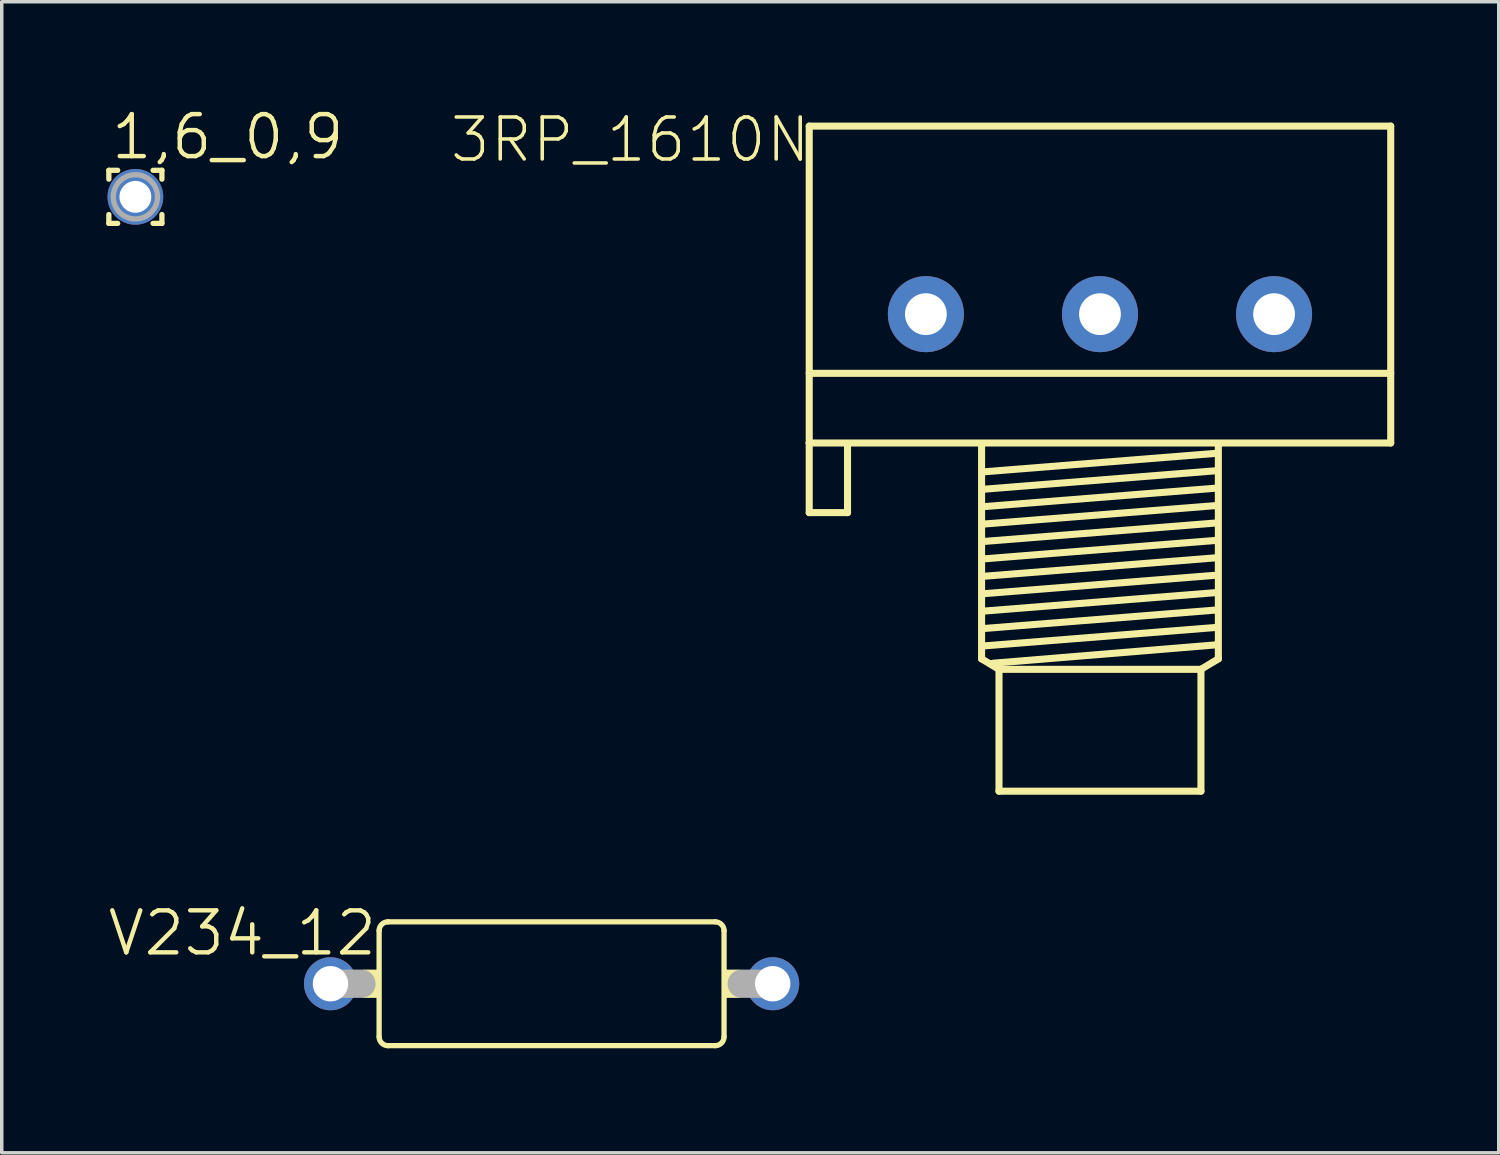
<source format=kicad_pcb>
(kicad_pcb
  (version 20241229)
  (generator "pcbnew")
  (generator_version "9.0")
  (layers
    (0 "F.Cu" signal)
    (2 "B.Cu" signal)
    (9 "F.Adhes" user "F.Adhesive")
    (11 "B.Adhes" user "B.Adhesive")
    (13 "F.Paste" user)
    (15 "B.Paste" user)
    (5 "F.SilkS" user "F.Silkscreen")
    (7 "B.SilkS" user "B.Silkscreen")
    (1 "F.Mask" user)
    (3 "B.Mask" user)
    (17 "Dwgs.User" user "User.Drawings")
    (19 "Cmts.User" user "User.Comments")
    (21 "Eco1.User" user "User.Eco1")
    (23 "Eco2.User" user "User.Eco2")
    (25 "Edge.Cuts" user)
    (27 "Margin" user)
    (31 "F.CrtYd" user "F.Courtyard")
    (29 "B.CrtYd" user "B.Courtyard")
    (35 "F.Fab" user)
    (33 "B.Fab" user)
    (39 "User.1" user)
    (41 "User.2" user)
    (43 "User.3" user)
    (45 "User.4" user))
  (footprint "3RP_1610N"
    (layer "F.Cu")
    (at 28.54 5.972)
    (property "Reference" "3RP_1610N" (at -8.255 -5.715 0) (layer "F.SilkS") (effects (font (size 1.206 1.206) (thickness 0.102)) (justify right top)))
    (attr through_hole)
    (fp_line (start -8.35 -5.4) (end 8.35 -5.4) (stroke (width 0.203) (type solid)) (layer "F.SilkS"))
    (fp_line (start -8.35 1.7) (end 8.35 1.7) (stroke (width 0.203) (type solid)) (layer "F.SilkS"))
    (fp_line (start -8.35 3.7) (end -8.35 -5.4) (stroke (width 0.203) (type solid)) (layer "F.SilkS"))
    (fp_line (start -8.35 3.7) (end -8.35 5.7) (stroke (width 0.203) (type solid)) (layer "F.SilkS"))
    (fp_line (start -8.35 3.7) (end 8.35 3.7) (stroke (width 0.203) (type solid)) (layer "F.SilkS"))
    (fp_line (start -8.35 5.7) (end -7.25 5.7) (stroke (width 0.203) (type solid)) (layer "F.SilkS"))
    (fp_line (start -7.25 5.7) (end -7.25 3.8) (stroke (width 0.203) (type solid)) (layer "F.SilkS"))
    (fp_line (start -3.4 3.8) (end -3.4 9.9) (stroke (width 0.203) (type solid)) (layer "F.SilkS"))
    (fp_line (start -3.4 9.9) (end -2.9 10.2) (stroke (width 0.203) (type solid)) (layer "F.SilkS"))
    (fp_line (start -3.3 4.525) (end 3.3 4) (stroke (width 0.203) (type solid)) (layer "F.SilkS"))
    (fp_line (start -3.3 5.025) (end 3.3 4.5) (stroke (width 0.203) (type solid)) (layer "F.SilkS"))
    (fp_line (start -3.3 5.525) (end 3.3 5) (stroke (width 0.203) (type solid)) (layer "F.SilkS"))
    (fp_line (start -3.3 6.025) (end 3.3 5.5) (stroke (width 0.203) (type solid)) (layer "F.SilkS"))
    (fp_line (start -3.3 6.525) (end 3.3 6) (stroke (width 0.203) (type solid)) (layer "F.SilkS"))
    (fp_line (start -3.3 7.025) (end 3.3 6.5) (stroke (width 0.203) (type solid)) (layer "F.SilkS"))
    (fp_line (start -3.3 7.525) (end 3.3 7) (stroke (width 0.203) (type solid)) (layer "F.SilkS"))
    (fp_line (start -3.3 8.025) (end 3.3 7.5) (stroke (width 0.203) (type solid)) (layer "F.SilkS"))
    (fp_line (start -3.3 8.525) (end 3.3 8) (stroke (width 0.203) (type solid)) (layer "F.SilkS"))
    (fp_line (start -3.3 9.025) (end 3.3 8.5) (stroke (width 0.203) (type solid)) (layer "F.SilkS"))
    (fp_line (start -3.3 9.525) (end 3.3 9) (stroke (width 0.203) (type solid)) (layer "F.SilkS"))
    (fp_line (start -3.075 10.025) (end 3.3 9.5) (stroke (width 0.203) (type solid)) (layer "F.SilkS"))
    (fp_line (start -2.9 10.2) (end -2.9 13.7) (stroke (width 0.203) (type solid)) (layer "F.SilkS"))
    (fp_line (start -2.9 10.2) (end 2.9 10.2) (stroke (width 0.203) (type solid)) (layer "F.SilkS"))
    (fp_line (start -2.9 13.7) (end 2.9 13.7) (stroke (width 0.203) (type solid)) (layer "F.SilkS"))
    (fp_line (start 2.9 10.2) (end 3.4 9.9) (stroke (width 0.203) (type solid)) (layer "F.SilkS"))
    (fp_line (start 2.9 13.7) (end 2.9 10.2) (stroke (width 0.203) (type solid)) (layer "F.SilkS"))
    (fp_line (start 3.4 9.9) (end 3.4 3.8) (stroke (width 0.203) (type solid)) (layer "F.SilkS"))
    (fp_line (start 8.35 3.7) (end 8.35 -5.4) (stroke (width 0.203) (type solid)) (layer "F.SilkS"))
    (pad "1" thru_hole circle (at -5 0) (size 2.184 2.184) (drill 1.2) (layers "*.Cu" "*.Mask"))
    (pad "2" thru_hole circle (at 0 0) (size 2.184 2.184) (drill 1.2) (layers "*.Cu" "*.Mask"))
    (pad "3" thru_hole circle (at 5 0) (size 2.184 2.184) (drill 1.2) (layers "*.Cu" "*.Mask")))
  (footprint "1,6_0,9"
    (layer "F.Cu")
    (at 0.838 2.603)
    (property "Reference" "1,6_0,9" (at -0.762 -1.016 0) (layer "F.SilkS") (effects (font (size 1.206 1.206) (thickness 0.127)) (justify left bottom)))
    (attr through_hole)
    (fp_line (start -0.762 -0.762) (end -0.762 -0.508) (stroke (width 0.152) (type solid)) (layer "F.SilkS"))
    (fp_line (start -0.762 0.508) (end -0.762 0.762) (stroke (width 0.152) (type solid)) (layer "F.SilkS"))
    (fp_line (start -0.762 0.762) (end -0.508 0.762) (stroke (width 0.152) (type solid)) (layer "F.SilkS"))
    (fp_line (start -0.508 -0.762) (end -0.762 -0.762) (stroke (width 0.152) (type solid)) (layer "F.SilkS"))
    (fp_line (start 0.508 0.762) (end 0.762 0.762) (stroke (width 0.152) (type solid)) (layer "F.SilkS"))
    (fp_line (start 0.762 -0.762) (end 0.508 -0.762) (stroke (width 0.152) (type solid)) (layer "F.SilkS"))
    (fp_line (start 0.762 -0.508) (end 0.762 -0.762) (stroke (width 0.152) (type solid)) (layer "F.SilkS"))
    (fp_line (start 0.762 0.762) (end 0.762 0.508) (stroke (width 0.152) (type solid)) (layer "F.SilkS"))
    (fp_circle (center 0 0) (end 0.635 0) (stroke (width 0.152) (type solid)) (fill no) (layer "F.Fab"))
    (pad "1" thru_hole circle (at 0 0) (size 1.6 1.6) (drill 0.914) (layers "*.Cu" "*.Mask")))
  (footprint "V234_12"
    (layer "F.Cu")
    (at 12.791 25.202)
    (property "Reference" "V234_12" (at -4.953 -2.159 0) (layer "F.SilkS") (effects (font (size 1.206 1.206) (thickness 0.127)) (justify right top)))
    (attr through_hole)
    (fp_line (start -4.953 -1.524) (end -4.953 1.524) (stroke (width 0.152) (type solid)) (layer "F.SilkS"))
    (fp_line (start -4.699 -1.778) (end 4.699 -1.778) (stroke (width 0.152) (type solid)) (layer "F.SilkS"))
    (fp_line (start 4.699 1.778) (end -4.699 1.778) (stroke (width 0.152) (type solid)) (layer "F.SilkS"))
    (fp_line (start 4.953 -1.524) (end 4.953 1.524) (stroke (width 0.152) (type solid)) (layer "F.SilkS"))
    (fp_arc (start -4.953 -1.524) (mid -4.878605 -1.703605) (end -4.699 -1.778) (stroke (width 0.1524) (type solid)) (layer "F.SilkS"))
    (fp_arc (start -4.699 1.778) (mid -4.878605 1.703605) (end -4.953 1.524) (stroke (width 0.1524) (type solid)) (layer "F.SilkS"))
    (fp_arc (start 4.699 -1.778) (mid 4.878605 -1.703605) (end 4.953 -1.524) (stroke (width 0.1524) (type solid)) (layer "F.SilkS"))
    (fp_arc (start 4.953 1.524) (mid 4.878605 1.703605) (end 4.699 1.778) (stroke (width 0.1524) (type solid)) (layer "F.SilkS"))
    (fp_poly (pts (xy -5.41 0.406) (xy -4.953 0.406) (xy -4.953 -0.406) (xy -5.41 -0.406)) (stroke (width 0) (type solid)) (fill yes) (layer "F.SilkS"))
    (fp_poly (pts (xy 4.953 0.406) (xy 5.41 0.406) (xy 5.41 -0.406) (xy 4.953 -0.406)) (stroke (width 0) (type solid)) (fill yes) (layer "F.SilkS"))
    (fp_line (start -6.35 0) (end -5.461 0) (stroke (width 0.813) (type solid)) (layer "F.Fab"))
    (fp_line (start 6.35 0) (end 5.461 0) (stroke (width 0.813) (type solid)) (layer "F.Fab"))
    (pad "1" thru_hole circle (at -6.35 0) (size 1.524 1.524) (drill 1.016) (layers "*.Cu" "*.Mask"))
    (pad "2" thru_hole circle (at 6.35 0) (size 1.524 1.524) (drill 1.016) (layers "*.Cu" "*.Mask")))
  (gr_rect
    (start -3 -3)
    (end 39.992 30.057)
    (stroke (width 0.1) (type default))
    (fill no)
    (layer "Edge.Cuts")))
</source>
